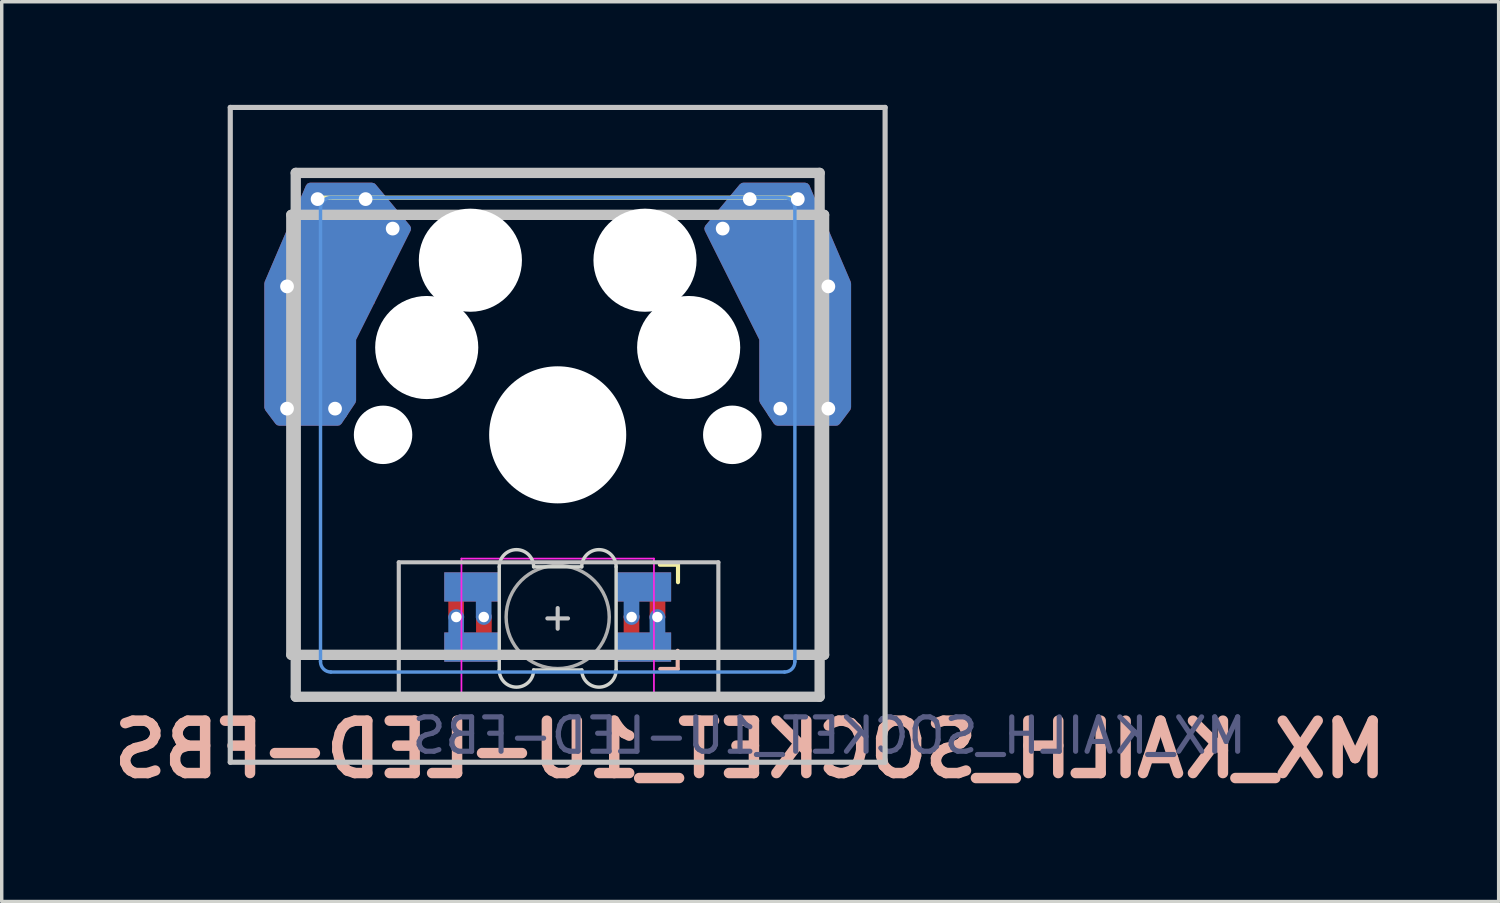
<source format=kicad_pcb>
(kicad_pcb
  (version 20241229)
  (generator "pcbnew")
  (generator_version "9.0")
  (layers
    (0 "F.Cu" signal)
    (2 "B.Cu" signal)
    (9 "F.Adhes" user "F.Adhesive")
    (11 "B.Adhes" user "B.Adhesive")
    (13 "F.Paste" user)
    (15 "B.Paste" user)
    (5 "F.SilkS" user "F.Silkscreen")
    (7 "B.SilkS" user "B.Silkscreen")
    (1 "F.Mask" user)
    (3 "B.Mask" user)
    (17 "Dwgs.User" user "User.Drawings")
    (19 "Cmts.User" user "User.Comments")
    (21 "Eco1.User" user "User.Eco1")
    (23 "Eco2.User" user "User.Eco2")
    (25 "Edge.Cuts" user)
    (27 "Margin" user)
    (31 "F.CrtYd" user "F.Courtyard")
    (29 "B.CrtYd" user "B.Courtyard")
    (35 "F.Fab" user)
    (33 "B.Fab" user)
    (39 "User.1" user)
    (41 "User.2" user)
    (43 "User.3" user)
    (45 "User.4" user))
  (footprint "MX_KAILH_SOCKET_1U-LED-FBS"
    (layer "F.Cu")
    (at 13.174 9.6)
    (property "Reference" "MX_KAILH_SOCKET_1U-LED-FBS" (at 5.6 9.15 0) (layer "B.SilkS") (effects (font (size 1.524 1.524) (thickness 0.305)) (justify mirror)))
    (attr through_hole)
    (fp_poly (pts (xy -3.25 4.05) (xy -1.75 4.05) (xy -1.75 4.8) (xy -3.25 4.8)) (stroke (width 0.1) (type solid)) (fill yes) (layer "F.Mask"))
    (fp_poly (pts (xy -3.25 5.8) (xy -1.75 5.8) (xy -1.75 6.55) (xy -3.25 6.55)) (stroke (width 0.1) (type solid)) (fill yes) (layer "F.Mask"))
    (fp_poly (pts (xy 1.75 5.8) (xy 3.25 5.8) (xy 3.25 6.55) (xy 1.75 6.55)) (stroke (width 0.1) (type solid)) (fill yes) (layer "F.Mask"))
    (fp_poly (pts (xy 1.75 4.05) (xy 2.85 4.05) (xy 3.25 4.45) (xy 3.25 4.8) (xy 1.75 4.8)) (stroke (width 0.1) (type solid)) (fill yes) (layer "F.Mask"))
    (fp_poly (pts (xy -3.25 4.05) (xy -1.75 4.05) (xy -1.75 4.8) (xy -3.25 4.8)) (stroke (width 0.1) (type solid)) (fill yes) (layer "B.Mask"))
    (fp_poly (pts (xy -3.25 5.8) (xy -1.75 5.8) (xy -1.75 6.55) (xy -3.25 6.55)) (stroke (width 0.1) (type solid)) (fill yes) (layer "B.Mask"))
    (fp_poly (pts (xy 1.75 4.05) (xy 3.25 4.05) (xy 3.25 4.8) (xy 1.75 4.8)) (stroke (width 0.1) (type solid)) (fill yes) (layer "B.Mask"))
    (fp_poly (pts (xy 1.75 5.8) (xy 3.25 5.8) (xy 3.25 6.125) (xy 2.85 6.55) (xy 1.75 6.55)) (stroke (width 0.1) (type solid)) (fill yes) (layer "B.Mask"))
    (fp_line (start 3.5 3.779) (end 2.972 3.779) (stroke (width 0.12) (type solid)) (layer "F.SilkS"))
    (fp_line (start 3.5 4.287) (end 3.5 3.779) (stroke (width 0.12) (type solid)) (layer "F.SilkS"))
    (fp_line (start 6.9 -6.9) (end -6.9 -6.9) (stroke (width 0.12) (type solid)) (layer "F.SilkS"))
    (fp_line (start 2.983 6.811) (end 3.491 6.811) (stroke (width 0.12) (type solid)) (layer "B.SilkS"))
    (fp_line (start 3.491 6.811) (end 3.491 6.283) (stroke (width 0.12) (type solid)) (layer "B.SilkS"))
    (fp_line (start -9.525 -9.525) (end 9.525 -9.525) (stroke (width 0.15) (type solid)) (layer "Dwgs.User"))
    (fp_line (start -9.525 9.525) (end -9.525 -9.525) (stroke (width 0.15) (type solid)) (layer "Dwgs.User"))
    (fp_line (start -7.75 6.4) (end -7.75 -6.4) (stroke (width 0.3) (type solid)) (layer "Dwgs.User"))
    (fp_line (start -7.75 6.4) (end 7.75 6.4) (stroke (width 0.3) (type solid)) (layer "Dwgs.User"))
    (fp_line (start -7.62 -7.62) (end 7.62 -7.62) (stroke (width 0.3) (type solid)) (layer "Dwgs.User"))
    (fp_line (start -7.62 7.62) (end -7.62 -7.62) (stroke (width 0.3) (type solid)) (layer "Dwgs.User"))
    (fp_line (start -4.623 3.708) (end -4.623 7.671) (stroke (width 0.12) (type solid)) (layer "Dwgs.User"))
    (fp_line (start -0.3 5.34) (end 0.3 5.34) (stroke (width 0.12) (type solid)) (layer "Dwgs.User"))
    (fp_line (start 0 5.64) (end 0 5.04) (stroke (width 0.12) (type solid)) (layer "Dwgs.User"))
    (fp_line (start 4.674 3.708) (end -4.623 3.708) (stroke (width 0.12) (type solid)) (layer "Dwgs.User"))
    (fp_line (start 4.674 3.708) (end 4.674 7.671) (stroke (width 0.12) (type solid)) (layer "Dwgs.User"))
    (fp_line (start 7.62 -7.62) (end 7.62 7.62) (stroke (width 0.3) (type solid)) (layer "Dwgs.User"))
    (fp_line (start 7.62 7.62) (end -7.62 7.62) (stroke (width 0.3) (type solid)) (layer "Dwgs.User"))
    (fp_line (start 7.75 -6.4) (end -7.75 -6.4) (stroke (width 0.3) (type solid)) (layer "Dwgs.User"))
    (fp_line (start 7.75 6.4) (end 7.75 -6.4) (stroke (width 0.3) (type solid)) (layer "Dwgs.User"))
    (fp_line (start 9.525 -9.525) (end 9.525 9.525) (stroke (width 0.15) (type solid)) (layer "Dwgs.User"))
    (fp_line (start 9.525 9.525) (end -9.525 9.525) (stroke (width 0.15) (type solid)) (layer "Dwgs.User"))
    (fp_line (start -6.9 -6.6) (end -6.9 6.6) (stroke (width 0.1) (type solid)) (layer "Cmts.User"))
    (fp_line (start -6.6 6.9) (end 6.6 6.9) (stroke (width 0.1) (type solid)) (layer "Cmts.User"))
    (fp_line (start 6.6 -6.9) (end -6.6 -6.9) (stroke (width 0.1) (type solid)) (layer "Cmts.User"))
    (fp_line (start 6.9 6.6) (end 6.9 -6.6) (stroke (width 0.1) (type solid)) (layer "Cmts.User"))
    (fp_arc (start -6.9 -6.6) (mid -6.812132 -6.812132) (end -6.6 -6.9) (stroke (width 0.1) (type solid)) (layer "Cmts.User"))
    (fp_arc (start -6.6 6.9) (mid -6.812132 6.812132) (end -6.9 6.6) (stroke (width 0.1) (type solid)) (layer "Cmts.User"))
    (fp_arc (start 6.6 -6.9) (mid 6.812132 -6.812132) (end 6.9 -6.6) (stroke (width 0.1) (type solid)) (layer "Cmts.User"))
    (fp_arc (start 6.9 6.6) (mid 6.812132 6.812132) (end 6.6 6.9) (stroke (width 0.1) (type solid)) (layer "Cmts.User"))
    (fp_line (start -6.95 -6.65) (end -6.95 6.65) (stroke (width 0.1) (type solid)) (layer "Eco1.User"))
    (fp_line (start -6.65 6.95) (end 6.65 6.95) (stroke (width 0.1) (type solid)) (layer "Eco1.User"))
    (fp_line (start 6.65 -6.95) (end -6.65 -6.95) (stroke (width 0.1) (type solid)) (layer "Eco1.User"))
    (fp_line (start 6.95 -6.65) (end 6.95 6.65) (stroke (width 0.1) (type solid)) (layer "Eco1.User"))
    (fp_arc (start -6.95 -6.65) (mid -6.862132 -6.862132) (end -6.65 -6.95) (stroke (width 0.1) (type solid)) (layer "Eco1.User"))
    (fp_arc (start -6.65 6.95) (mid -6.862132 6.862132) (end -6.95 6.65) (stroke (width 0.1) (type solid)) (layer "Eco1.User"))
    (fp_arc (start 6.65 -6.95) (mid 6.862132 -6.862132) (end 6.95 -6.65) (stroke (width 0.1) (type solid)) (layer "Eco1.User"))
    (fp_arc (start 6.95 6.65) (mid 6.862132 6.862132) (end 6.65 6.95) (stroke (width 0.1) (type solid)) (layer "Eco1.User"))
    (fp_line (start -9 -9) (end 9 -9) (stroke (width 0.12) (type solid)) (layer "Eco2.User"))
    (fp_line (start -9 9) (end -9 -9) (stroke (width 0.12) (type solid)) (layer "Eco2.User"))
    (fp_line (start 9 -9) (end 9 9) (stroke (width 0.12) (type solid)) (layer "Eco2.User"))
    (fp_line (start 9 9) (end -9 9) (stroke (width 0.12) (type solid)) (layer "Eco2.User"))
    (fp_line (start -1.7 3.84) (end -1.7 6.84) (stroke (width 0.1) (type solid)) (layer "Edge.Cuts"))
    (fp_line (start -0.7 3.84) (end 0.7 3.84) (stroke (width 0.1) (type solid)) (layer "Edge.Cuts"))
    (fp_line (start -0.7 6.84) (end 0.7 6.84) (stroke (width 0.1) (type solid)) (layer "Edge.Cuts"))
    (fp_line (start 1.7 6.84) (end 1.7 3.84) (stroke (width 0.1) (type solid)) (layer "Edge.Cuts"))
    (fp_arc (start -1.7 3.84) (mid -1.2 3.34) (end -0.7 3.84) (stroke (width 0.1) (type solid)) (layer "Edge.Cuts"))
    (fp_arc (start -0.7 6.84) (mid -1.2 7.34) (end -1.7 6.84) (stroke (width 0.1) (type solid)) (layer "Edge.Cuts"))
    (fp_arc (start 0.7 3.84) (mid 1.2 3.34) (end 1.7 3.84) (stroke (width 0.1) (type solid)) (layer "Edge.Cuts"))
    (fp_arc (start 1.7 6.84) (mid 1.2 7.34) (end 0.7 6.84) (stroke (width 0.1) (type solid)) (layer "Edge.Cuts"))
    (fp_line (start -2.8 3.6) (end -2.8 7.6) (stroke (width 0.05) (type solid)) (layer "F.CrtYd"))
    (fp_line (start -2.8 7.6) (end 2.8 7.6) (stroke (width 0.05) (type solid)) (layer "F.CrtYd"))
    (fp_line (start 2.8 3.6) (end -2.8 3.6) (stroke (width 0.05) (type solid)) (layer "F.CrtYd"))
    (fp_line (start 2.8 7.6) (end 2.8 3.6) (stroke (width 0.05) (type solid)) (layer "F.CrtYd"))
    (fp_circle (center 0 5.3) (end 0 3.8) (stroke (width 0.1) (type solid)) (fill no) (layer "F.Fab"))
    (fp_text user "${REFERENCE}" (at 7.9 8.75 0) (layer "B.Fab") (effects (font (size 1 1) (thickness 0.15)) (justify mirror)))
    (pad "" np_thru_hole circle (at -5.08 0) (size 1.7 1.7) (drill 1.7) (layers "*.Cu" "*.Mask"))
    (pad "" np_thru_hole circle (at -3.81 -2.54) (size 3 3) (drill 3) (layers "*.Cu" "*.Mask"))
    (pad "" np_thru_hole circle (at -2.54 -5.08) (size 3 3) (drill 3) (layers "*.Cu" "*.Mask"))
    (pad "" np_thru_hole circle (at 0 0) (size 3.988 3.988) (drill 3.988) (layers "*.Cu" "*.Mask"))
    (pad "" np_thru_hole circle (at 2.54 -5.08) (size 3 3) (drill 3) (layers "*.Cu" "*.Mask"))
    (pad "" np_thru_hole circle (at 3.81 -2.54) (size 3 3) (drill 3) (layers "*.Cu" "*.Mask"))
    (pad "" np_thru_hole circle (at 5.08 0) (size 1.702 1.702) (drill 1.702) (layers "*.Cu" "*.Mask"))
    (pad "1" smd custom (at -2.5 4.425) (size 1.6 0.85) (layers "B.Cu") (options (anchor rect)) (primitives (gr_poly (pts (xy 0.525 0.896) (xy 0.169 0.896) (xy 0.169 0.325) (xy 0.525 0.325)) (width 0.1) (fill yes))))
    (pad "1" smd custom (at -2.5 6.175) (size 1.6 0.85) (layers "F.Cu") (options (anchor rect)) (primitives (gr_poly (pts (xy 0.531 -0.275) (xy 0.175 -0.275) (xy 0.175 -0.898) (xy 0.531 -0.898)) (width 0.1) (fill yes))))
    (pad "1" thru_hole circle (at -2.15 5.3 180) (size 0.457 0.457) (drill 0.305) (layers "*.Cu"))
    (pad "2" thru_hole circle (at -2.95 5.3 180) (size 0.457 0.457) (drill 0.305) (layers "*.Cu"))
    (pad "2" smd custom (at -2.5 4.425 180) (size 1.6 0.85) (layers "F.Cu") (options (anchor rect)) (primitives (gr_poly (pts (xy 0.632 -0.296) (xy 0.277 -0.296) (xy 0.277 -0.869) (xy 0.632 -0.869)) (width 0.1) (fill yes))))
    (pad "2" smd custom (at -2.5 6.175 180) (size 1.6 0.85) (layers "B.Cu") (options (anchor rect)) (primitives (gr_poly (pts (xy 0.632 0.888) (xy 0.277 0.888) (xy 0.277 0.325) (xy 0.632 0.325)) (width 0.1) (fill yes))))
    (pad "3" smd custom (at 2.5 4.425 180) (size 1.6 0.85) (layers "F.Cu") (options (anchor rect)) (primitives (gr_poly (pts (xy -0.226 -0.354) (xy -0.582 -0.354) (xy -0.582 -0.887) (xy -0.226 -0.887)) (width 0.1) (fill yes))))
    (pad "3" smd custom (at 2.5 6.175 180) (size 1.6 0.85) (layers "B.Cu") (options (anchor rect)) (primitives (gr_poly (pts (xy -0.222 0.888) (xy -0.578 0.888) (xy -0.582 0.325) (xy -0.226 0.325)) (width 0.1) (fill yes))))
    (pad "3" thru_hole circle (at 2.9 5.3 180) (size 0.457 0.457) (drill 0.305) (layers "*.Cu"))
    (pad "4" thru_hole circle (at 2.15 5.3 180) (size 0.457 0.457) (drill 0.305) (layers "*.Cu"))
    (pad "4" smd custom (at 2.5 4.425) (size 1.6 0.85) (layers "B.Cu") (options (anchor rect)) (primitives (gr_poly (pts (xy -0.175 0.886) (xy -0.531 0.886) (xy -0.531 0.175) (xy -0.175 0.175)) (width 0.1) (fill yes))))
    (pad "4" smd custom (at 2.5 6.175) (size 1.6 0.85) (layers "F.Cu") (options (anchor rect)) (primitives (gr_poly (pts (xy -0.175 -0.175) (xy -0.531 -0.178) (xy -0.531 -0.903) (xy -0.175 -0.906)) (width 0.1) (fill yes))))
    (pad "5" thru_hole circle (at -7.874 -4.318) (size 0.8 0.8) (drill 0.4) (layers "*.Cu"))
    (pad "5" thru_hole circle (at -7.874 -0.762) (size 0.8 0.8) (drill 0.4) (layers "*.Cu"))
    (pad "5" smd custom (at -7.285 -2.54 180) (size 2.35 2.5) (layers "B.Cu") (options (anchor rect)) (primitives (gr_poly (pts (xy 1.115 -1.74) (xy 1.115 1.86) (xy -0.085 4.66) (xy -1.885 4.66) (xy -2.885 3.46) (xy -1.285 0.26) (xy -1.285 -1.54) (xy -0.885 -2.14) (xy 0.815 -2.14)) (width 0.27) (fill yes))))
    (pad "5" smd rect (at -7.2 -2.54 180) (size 2.35 2.5) (layers "B.Cu" "B.Mask"))
    (pad "5" thru_hole circle (at -6.985 -6.858) (size 0.8 0.8) (drill 0.4) (layers "*.Cu"))
    (pad "5" smd custom (at -6.499 -5.067 180) (size 2.15 2.5) (layers "F.Cu") (options (anchor rect)) (primitives (gr_poly (pts (xy 1.901 -4.267) (xy 1.901 -0.667) (xy 0.701 2.133) (xy -1.099 2.133) (xy -2.099 0.933) (xy -0.499 -2.267) (xy -0.499 -4.067) (xy -0.099 -4.667) (xy 1.601 -4.667)) (width 0.27) (fill yes))))
    (pad "5" thru_hole circle (at -6.477 -0.762) (size 0.8 0.8) (drill 0.4) (layers "*.Cu"))
    (pad "5" smd rect (at -6.399 -5.067 180) (size 2.15 2.5) (layers "F.Cu" "F.Mask"))
    (pad "5" thru_hole circle (at -5.588 -6.858) (size 0.8 0.8) (drill 0.4) (layers "*.Cu"))
    (pad "5" thru_hole circle (at -4.8 -6) (size 0.8 0.8) (drill 0.4) (layers "*.Cu"))
    (pad "6" thru_hole circle (at 4.8 -6) (size 0.8 0.8) (drill 0.4) (layers "*.Cu"))
    (pad "6" thru_hole circle (at 5.588 -6.858) (size 0.8 0.8) (drill 0.4) (layers "*.Cu"))
    (pad "6" smd rect (at 6.425 -5.067) (size 2.15 2.5) (layers "B.Cu" "B.Mask"))
    (pad "6" smd custom (at 6.425 -5.067 180) (size 2.15 2.5) (layers "B.Cu") (options (anchor rect)) (primitives (gr_poly (pts (xy 0.425 -4.067) (xy 0.425 -2.267) (xy 2.025 0.933) (xy 1.025 2.133) (xy -0.775 2.133) (xy -1.975 -0.667) (xy -1.975 -4.267) (xy -1.675 -4.667) (xy 0.025 -4.667)) (width 0.27) (fill yes))))
    (pad "6" thru_hole circle (at 6.477 -0.762) (size 0.8 0.8) (drill 0.4) (layers "*.Cu"))
    (pad "6" thru_hole circle (at 6.985 -6.858) (size 0.8 0.8) (drill 0.4) (layers "*.Cu"))
    (pad "6" smd rect (at 7.212 -2.54) (size 2.35 2.5) (layers "F.Cu" "F.Mask"))
    (pad "6" smd custom (at 7.212 -2.54 180) (size 2.35 2.5) (layers "F.Cu") (options (anchor rect)) (primitives (gr_poly (pts (xy 1.212 -1.54) (xy 1.212 0.26) (xy 2.812 3.46) (xy 1.812 4.66) (xy 0.012 4.66) (xy -1.188 1.86) (xy -1.188 -1.74) (xy -0.888 -2.14) (xy 0.812 -2.14)) (width 0.27) (fill yes))))
    (pad "6" thru_hole circle (at 7.874 -4.318) (size 0.8 0.8) (drill 0.4) (layers "*.Cu"))
    (pad "6" thru_hole circle (at 7.874 -0.762) (size 0.8 0.8) (drill 0.4) (layers "*.Cu")))
  (gr_rect
    (start -3 -3)
    (end 40.548 23.176)
    (stroke (width 0.1) (type default))
    (fill no)
    (layer "Edge.Cuts")))
</source>
